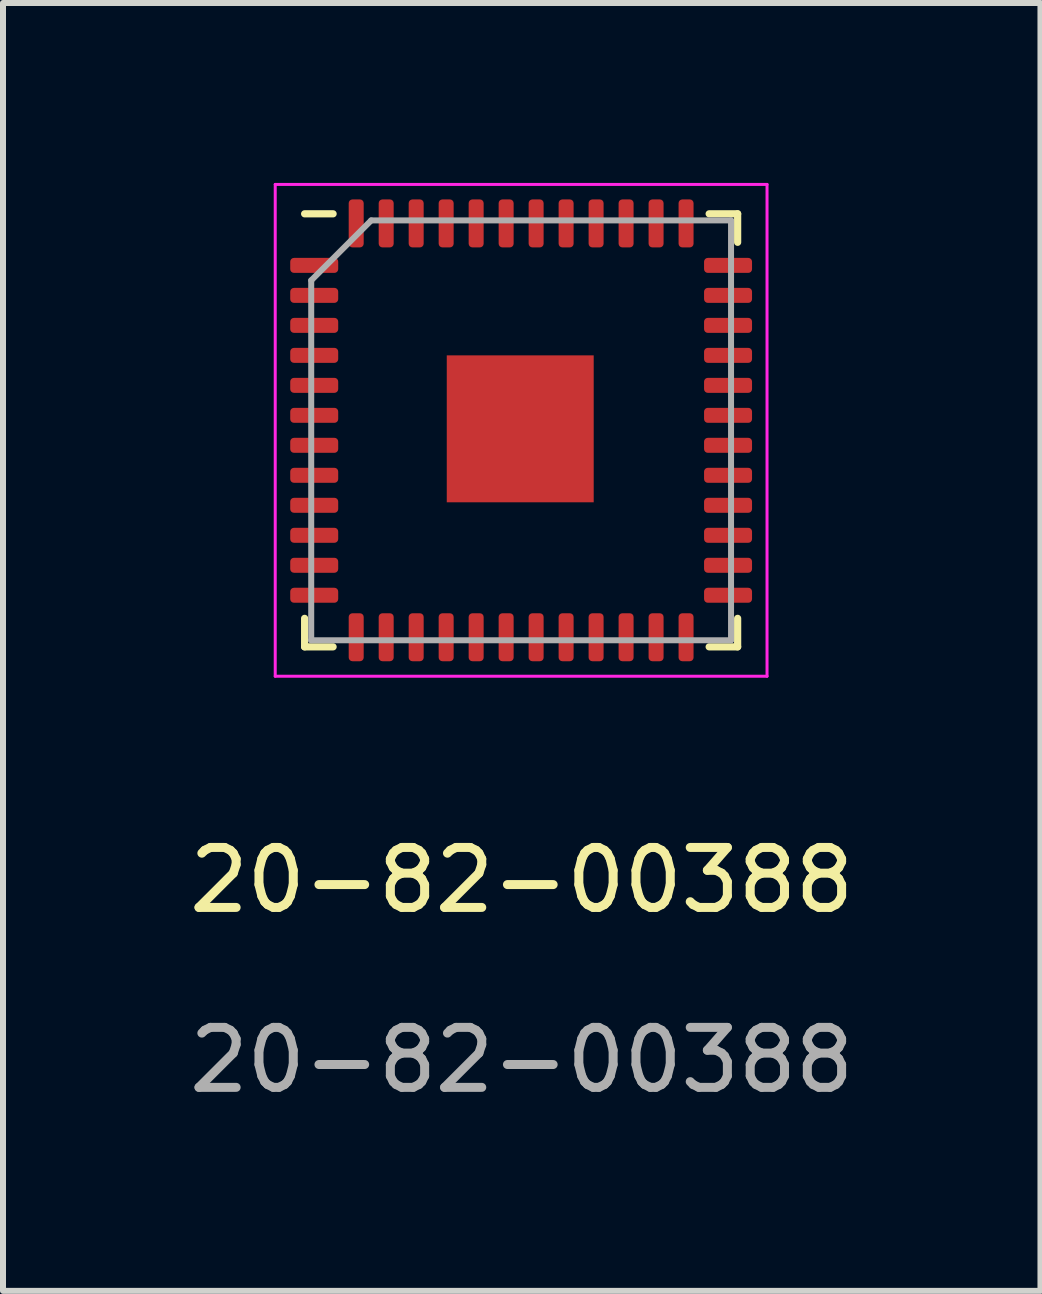
<source format=kicad_pcb>
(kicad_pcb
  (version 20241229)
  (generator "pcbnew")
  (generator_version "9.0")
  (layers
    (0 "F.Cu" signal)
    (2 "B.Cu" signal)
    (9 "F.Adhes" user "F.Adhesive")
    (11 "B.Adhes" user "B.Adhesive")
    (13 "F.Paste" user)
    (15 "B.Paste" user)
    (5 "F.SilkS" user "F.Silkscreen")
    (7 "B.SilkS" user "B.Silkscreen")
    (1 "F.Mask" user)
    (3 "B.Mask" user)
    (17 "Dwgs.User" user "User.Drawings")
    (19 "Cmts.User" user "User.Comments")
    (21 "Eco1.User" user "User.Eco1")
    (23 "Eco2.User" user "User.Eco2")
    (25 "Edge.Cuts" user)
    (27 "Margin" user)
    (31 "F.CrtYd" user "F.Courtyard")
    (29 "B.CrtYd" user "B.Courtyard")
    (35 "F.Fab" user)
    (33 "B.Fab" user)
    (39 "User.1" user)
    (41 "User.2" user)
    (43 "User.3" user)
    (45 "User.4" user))
  (footprint "20-82-00388"
    (layer "F.Cu")
    (at 5.649 4.125)
    (property "Reference" "20-82-00388" (at 0 7.5 0) (unlocked yes) (layer "F.SilkS") (effects (font (size 1 1) (thickness 0.15))))
    (attr smd)
    (fp_line (start -3.62 3.61) (end -3.62 3.135) (stroke (width 0.12) (type solid)) (layer "F.SilkS"))
    (fp_line (start -3.145 -3.61) (end -3.62 -3.61) (stroke (width 0.12) (type solid)) (layer "F.SilkS"))
    (fp_line (start -3.145 3.61) (end -3.62 3.61) (stroke (width 0.12) (type solid)) (layer "F.SilkS"))
    (fp_line (start 3.125 -3.61) (end 3.6 -3.61) (stroke (width 0.12) (type solid)) (layer "F.SilkS"))
    (fp_line (start 3.125 3.61) (end 3.6 3.61) (stroke (width 0.12) (type solid)) (layer "F.SilkS"))
    (fp_line (start 3.6 -3.61) (end 3.6 -3.135) (stroke (width 0.12) (type solid)) (layer "F.SilkS"))
    (fp_line (start 3.6 3.61) (end 3.6 3.135) (stroke (width 0.12) (type solid)) (layer "F.SilkS"))
    (fp_line (start -4.11 -4.1) (end -4.11 4.1) (stroke (width 0.05) (type solid)) (layer "F.CrtYd"))
    (fp_line (start -4.11 4.1) (end 4.09 4.1) (stroke (width 0.05) (type solid)) (layer "F.CrtYd"))
    (fp_line (start 4.09 -4.1) (end -4.11 -4.1) (stroke (width 0.05) (type solid)) (layer "F.CrtYd"))
    (fp_line (start 4.09 4.1) (end 4.09 -4.1) (stroke (width 0.05) (type solid)) (layer "F.CrtYd"))
    (fp_line (start -3.51 -2.5) (end -2.51 -3.5) (stroke (width 0.1) (type solid)) (layer "F.Fab"))
    (fp_line (start -3.51 3.5) (end -3.51 -2.5) (stroke (width 0.1) (type solid)) (layer "F.Fab"))
    (fp_line (start -2.51 -3.5) (end 3.49 -3.5) (stroke (width 0.1) (type solid)) (layer "F.Fab"))
    (fp_line (start 3.49 -3.5) (end 3.49 3.5) (stroke (width 0.1) (type solid)) (layer "F.Fab"))
    (fp_line (start 3.49 3.5) (end -3.51 3.5) (stroke (width 0.1) (type solid)) (layer "F.Fab"))
    (fp_text user "${REFERENCE}" (at 0 10.5 0) (unlocked yes) (layer "F.Fab") (effects (font (size 1 1) (thickness 0.15))))
    (pad "" smd roundrect (at -0.67 -0.66) (size 1.07 1.07) (layers "F.Paste") (roundrect_rratio 0.234))
    (pad "" smd roundrect (at -0.67 0.66) (size 1.07 1.07) (layers "F.Paste") (roundrect_rratio 0.234))
    (pad "" smd roundrect (at 0.65 -0.66) (size 1.07 1.07) (layers "F.Paste") (roundrect_rratio 0.234))
    (pad "" smd roundrect (at 0.65 0.66) (size 1.07 1.07) (layers "F.Paste") (roundrect_rratio 0.234))
    (pad "1" smd roundrect (at -3.46 -2.75) (size 0.8 0.25) (layers "F.Cu" "F.Mask" "F.Paste") (roundrect_rratio 0.25))
    (pad "2" smd roundrect (at -3.46 -2.25) (size 0.8 0.25) (layers "F.Cu" "F.Mask" "F.Paste") (roundrect_rratio 0.25))
    (pad "3" smd roundrect (at -3.46 -1.75) (size 0.8 0.25) (layers "F.Cu" "F.Mask" "F.Paste") (roundrect_rratio 0.25))
    (pad "4" smd roundrect (at -3.46 -1.25) (size 0.8 0.25) (layers "F.Cu" "F.Mask" "F.Paste") (roundrect_rratio 0.25))
    (pad "5" smd roundrect (at -3.46 -0.75) (size 0.8 0.25) (layers "F.Cu" "F.Mask" "F.Paste") (roundrect_rratio 0.25))
    (pad "6" smd roundrect (at -3.46 -0.25) (size 0.8 0.25) (layers "F.Cu" "F.Mask" "F.Paste") (roundrect_rratio 0.25))
    (pad "7" smd roundrect (at -3.46 0.25) (size 0.8 0.25) (layers "F.Cu" "F.Mask" "F.Paste") (roundrect_rratio 0.25))
    (pad "8" smd roundrect (at -3.46 0.75) (size 0.8 0.25) (layers "F.Cu" "F.Mask" "F.Paste") (roundrect_rratio 0.25))
    (pad "9" smd roundrect (at -3.46 1.25) (size 0.8 0.25) (layers "F.Cu" "F.Mask" "F.Paste") (roundrect_rratio 0.25))
    (pad "10" smd roundrect (at -3.46 1.75) (size 0.8 0.25) (layers "F.Cu" "F.Mask" "F.Paste") (roundrect_rratio 0.25))
    (pad "11" smd roundrect (at -3.46 2.25) (size 0.8 0.25) (layers "F.Cu" "F.Mask" "F.Paste") (roundrect_rratio 0.25))
    (pad "12" smd roundrect (at -3.46 2.75) (size 0.8 0.25) (layers "F.Cu" "F.Mask" "F.Paste") (roundrect_rratio 0.25))
    (pad "13" smd roundrect (at -2.76 3.45) (size 0.25 0.8) (layers "F.Cu" "F.Mask" "F.Paste") (roundrect_rratio 0.25))
    (pad "14" smd roundrect (at -2.26 3.45) (size 0.25 0.8) (layers "F.Cu" "F.Mask" "F.Paste") (roundrect_rratio 0.25))
    (pad "15" smd roundrect (at -1.76 3.45) (size 0.25 0.8) (layers "F.Cu" "F.Mask" "F.Paste") (roundrect_rratio 0.25))
    (pad "16" smd roundrect (at -1.26 3.45) (size 0.25 0.8) (layers "F.Cu" "F.Mask" "F.Paste") (roundrect_rratio 0.25))
    (pad "17" smd roundrect (at -0.76 3.45) (size 0.25 0.8) (layers "F.Cu" "F.Mask" "F.Paste") (roundrect_rratio 0.25))
    (pad "18" smd roundrect (at -0.26 3.45) (size 0.25 0.8) (layers "F.Cu" "F.Mask" "F.Paste") (roundrect_rratio 0.25))
    (pad "19" smd roundrect (at 0.24 3.45) (size 0.25 0.8) (layers "F.Cu" "F.Mask" "F.Paste") (roundrect_rratio 0.25))
    (pad "20" smd roundrect (at 0.74 3.45) (size 0.25 0.8) (layers "F.Cu" "F.Mask" "F.Paste") (roundrect_rratio 0.25))
    (pad "21" smd roundrect (at 1.24 3.45) (size 0.25 0.8) (layers "F.Cu" "F.Mask" "F.Paste") (roundrect_rratio 0.25))
    (pad "22" smd roundrect (at 1.74 3.45) (size 0.25 0.8) (layers "F.Cu" "F.Mask" "F.Paste") (roundrect_rratio 0.25))
    (pad "23" smd roundrect (at 2.24 3.45) (size 0.25 0.8) (layers "F.Cu" "F.Mask" "F.Paste") (roundrect_rratio 0.25))
    (pad "24" smd roundrect (at 2.74 3.45) (size 0.25 0.8) (layers "F.Cu" "F.Mask" "F.Paste") (roundrect_rratio 0.25))
    (pad "25" smd roundrect (at 3.44 2.75) (size 0.8 0.25) (layers "F.Cu" "F.Mask" "F.Paste") (roundrect_rratio 0.25))
    (pad "26" smd roundrect (at 3.44 2.25) (size 0.8 0.25) (layers "F.Cu" "F.Mask" "F.Paste") (roundrect_rratio 0.25))
    (pad "27" smd roundrect (at 3.44 1.75) (size 0.8 0.25) (layers "F.Cu" "F.Mask" "F.Paste") (roundrect_rratio 0.25))
    (pad "28" smd roundrect (at 3.44 1.25) (size 0.8 0.25) (layers "F.Cu" "F.Mask" "F.Paste") (roundrect_rratio 0.25))
    (pad "29" smd roundrect (at 3.44 0.75) (size 0.8 0.25) (layers "F.Cu" "F.Mask" "F.Paste") (roundrect_rratio 0.25))
    (pad "30" smd roundrect (at 3.44 0.25) (size 0.8 0.25) (layers "F.Cu" "F.Mask" "F.Paste") (roundrect_rratio 0.25))
    (pad "31" smd roundrect (at 3.44 -0.25) (size 0.8 0.25) (layers "F.Cu" "F.Mask" "F.Paste") (roundrect_rratio 0.25))
    (pad "32" smd roundrect (at 3.44 -0.75) (size 0.8 0.25) (layers "F.Cu" "F.Mask" "F.Paste") (roundrect_rratio 0.25))
    (pad "33" smd roundrect (at 3.44 -1.25) (size 0.8 0.25) (layers "F.Cu" "F.Mask" "F.Paste") (roundrect_rratio 0.25))
    (pad "34" smd roundrect (at 3.44 -1.75) (size 0.8 0.25) (layers "F.Cu" "F.Mask" "F.Paste") (roundrect_rratio 0.25))
    (pad "35" smd roundrect (at 3.44 -2.25) (size 0.8 0.25) (layers "F.Cu" "F.Mask" "F.Paste") (roundrect_rratio 0.25))
    (pad "36" smd roundrect (at 3.44 -2.75) (size 0.8 0.25) (layers "F.Cu" "F.Mask" "F.Paste") (roundrect_rratio 0.25))
    (pad "37" smd roundrect (at 2.74 -3.45) (size 0.25 0.8) (layers "F.Cu" "F.Mask" "F.Paste") (roundrect_rratio 0.25))
    (pad "38" smd roundrect (at 2.24 -3.45) (size 0.25 0.8) (layers "F.Cu" "F.Mask" "F.Paste") (roundrect_rratio 0.25))
    (pad "39" smd roundrect (at 1.74 -3.45) (size 0.25 0.8) (layers "F.Cu" "F.Mask" "F.Paste") (roundrect_rratio 0.25))
    (pad "40" smd roundrect (at 1.24 -3.45) (size 0.25 0.8) (layers "F.Cu" "F.Mask" "F.Paste") (roundrect_rratio 0.25))
    (pad "41" smd roundrect (at 0.74 -3.45) (size 0.25 0.8) (layers "F.Cu" "F.Mask" "F.Paste") (roundrect_rratio 0.25))
    (pad "42" smd roundrect (at 0.24 -3.45) (size 0.25 0.8) (layers "F.Cu" "F.Mask" "F.Paste") (roundrect_rratio 0.25))
    (pad "43" smd roundrect (at -0.26 -3.45) (size 0.25 0.8) (layers "F.Cu" "F.Mask" "F.Paste") (roundrect_rratio 0.25))
    (pad "44" smd roundrect (at -0.76 -3.45) (size 0.25 0.8) (layers "F.Cu" "F.Mask" "F.Paste") (roundrect_rratio 0.25))
    (pad "45" smd roundrect (at -1.26 -3.45) (size 0.25 0.8) (layers "F.Cu" "F.Mask" "F.Paste") (roundrect_rratio 0.25))
    (pad "46" smd roundrect (at -1.76 -3.45) (size 0.25 0.8) (layers "F.Cu" "F.Mask" "F.Paste") (roundrect_rratio 0.25))
    (pad "47" smd roundrect (at -2.26 -3.45) (size 0.25 0.8) (layers "F.Cu" "F.Mask" "F.Paste") (roundrect_rratio 0.25))
    (pad "48" smd roundrect (at -2.76 -3.45) (size 0.25 0.8) (layers "F.Cu" "F.Mask" "F.Paste") (roundrect_rratio 0.25))
    (pad "49" smd rect (at -0.025 -0.025) (size 2.45 2.45) (layers "F.Cu" "F.Mask")))
  (gr_rect
    (start -3 -3)
    (end 14.298 18.473)
    (stroke (width 0.1) (type default))
    (fill no)
    (layer "Edge.Cuts")))
</source>
